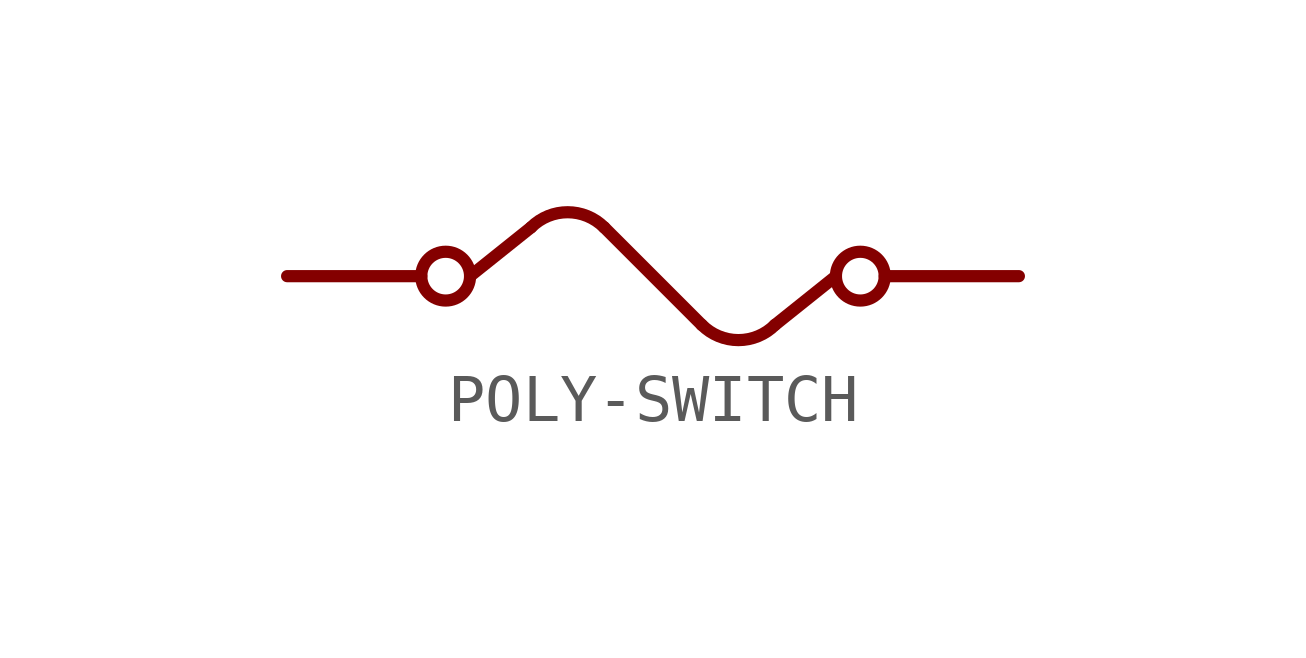
<source format=kicad_sym>
(kicad_symbol_lib
  (version 20220914)
  (generator kicad_symbol_editor)
  (symbol "POLY-SWITCH"
    (property "Reference" ""
      (at 0 0 0)
      (effects (font (size 1.27 1.27)) hide))
    (property "ki_locked" ""
      (at 0 0 0)
      (effects (font (size 1.27 1.27))))
    (symbol "POLY-SWITCH_1_0"
      (circle (center -4.318 0) (radius 0.508) (stroke (width 0.254) (type solid)) (fill (type none)))
      (arc (start -1.0159 1.0159) (mid -1.7779 1.3316) (end -2.54 1.016) (stroke (width 0.254) (type solid)) (fill (type none)))
      (polyline (pts (xy -4.826 0) (xy -7.62 0)) (stroke (width 0.254) (type solid)) (fill (type none)))
      (polyline (pts (xy -3.81 0) (xy -2.54 1.016)) (stroke (width 0.254) (type solid)) (fill (type none)))
      (polyline (pts (xy -1.016 1.016) (xy 1.016 -1.016)) (stroke (width 0.254) (type solid)) (fill (type none)))
      (polyline (pts (xy 2.54 -1.016) (xy 3.81 0)) (stroke (width 0.254) (type solid)) (fill (type none)))
      (polyline (pts (xy 7.62 0) (xy 4.826 0)) (stroke (width 0.254) (type solid)) (fill (type none)))
      (arc (start 1.0159 -1.0159) (mid 1.7779 -1.3316) (end 2.54 -1.016) (stroke (width 0.254) (type solid)) (fill (type none)))
      (circle (center 4.318 0) (radius 0.508) (stroke (width 0.254) (type solid)) (fill (type none)))
      (pin bidirectional line (at -7.62 0 0) (length 0) (name "P$1" (effects (font (size 0 0)))) (number "P$1" (effects (font (size 0 0)))))
      (pin bidirectional line (at 7.62 0 180) (length 0) (name "P$2" (effects (font (size 0 0)))) (number "P$2" (effects (font (size 0 0))))))))
</source>
